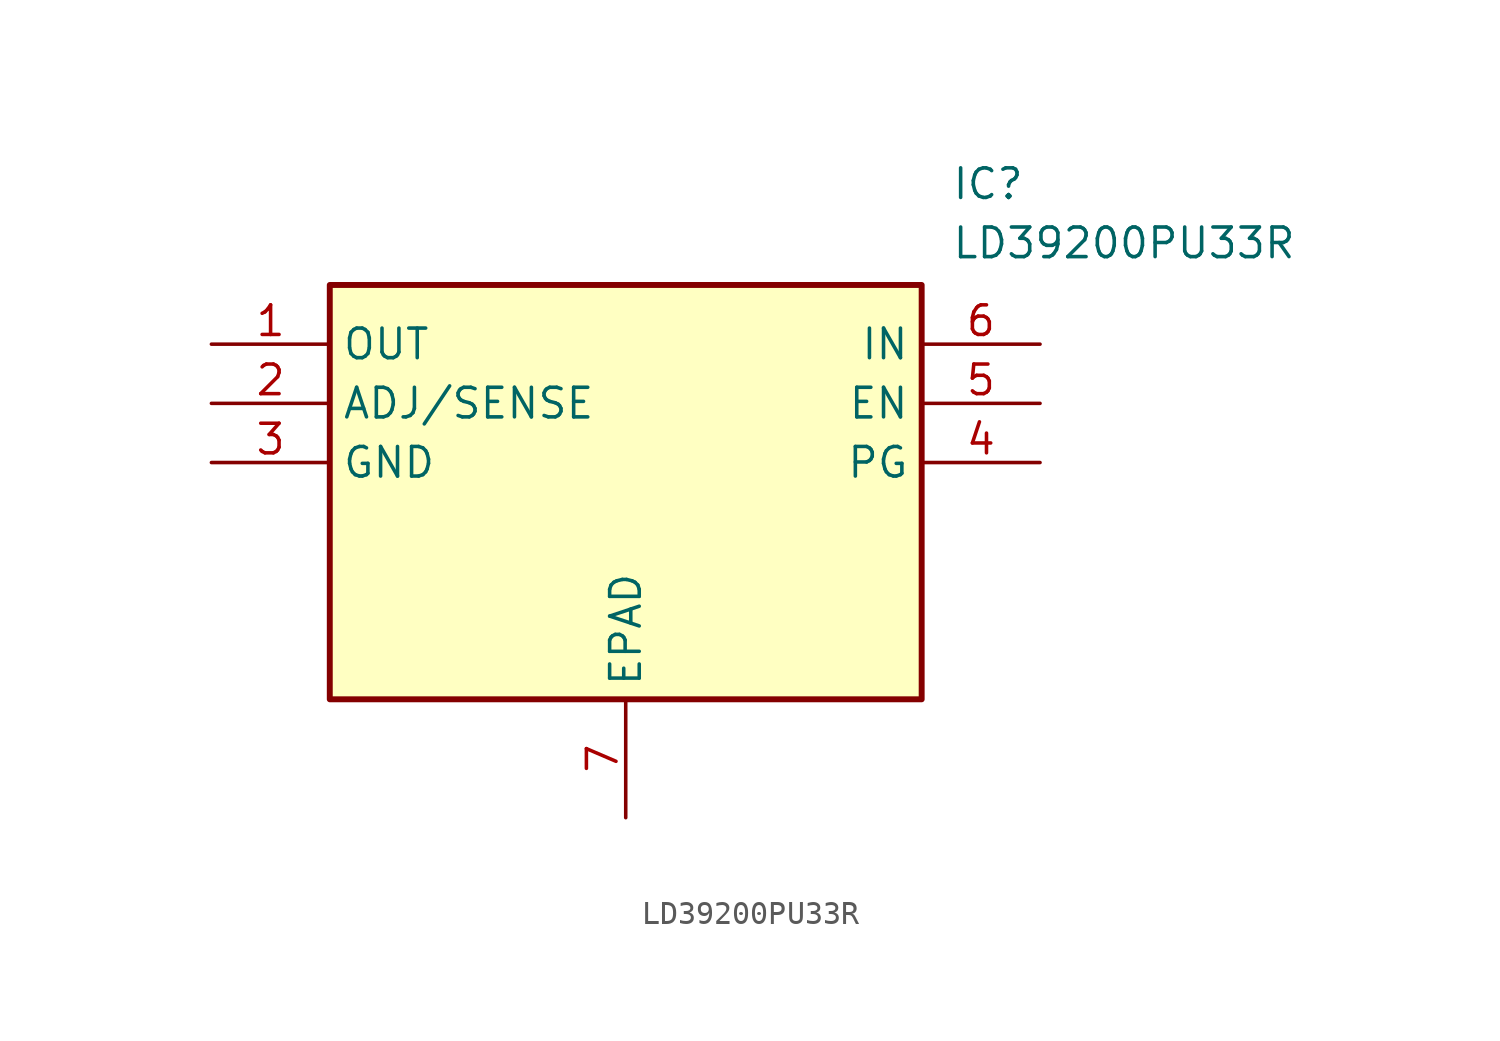
<source format=kicad_sym>
(kicad_symbol_lib
  (version 20231120)
  (generator "kicad_symbol_editor")
  (generator_version "8.0")
  (symbol "LD39200PU33R"
    (property "Reference" "IC"
      (at 31.75 7.62 0)
      (effects (font (size 1.27 1.27)) (justify left top)))
    (property "Value" "LD39200PU33R"
      (at 31.75 5.08 0)
      (effects (font (size 1.27 1.27)) (justify left top)))
    (symbol "LD39200PU33R_1_1"
      (rectangle (start 5.08 2.54) (end 30.48 -15.24) (stroke (width 0.254) (type default)) (fill (type background)))
      (pin passive line (at 0 0 0) (length 5.08) (name "OUT" (effects (font (size 1.27 1.27)))) (number "1" (effects (font (size 1.27 1.27)))))
      (pin passive line (at 0 -2.54 0) (length 5.08) (name "ADJ/SENSE" (effects (font (size 1.27 1.27)))) (number "2" (effects (font (size 1.27 1.27)))))
      (pin passive line (at 0 -5.08 0) (length 5.08) (name "GND" (effects (font (size 1.27 1.27)))) (number "3" (effects (font (size 1.27 1.27)))))
      (pin passive line (at 35.56 -5.08 180) (length 5.08) (name "PG" (effects (font (size 1.27 1.27)))) (number "4" (effects (font (size 1.27 1.27)))))
      (pin passive line (at 35.56 -2.54 180) (length 5.08) (name "EN" (effects (font (size 1.27 1.27)))) (number "5" (effects (font (size 1.27 1.27)))))
      (pin passive line (at 35.56 0 180) (length 5.08) (name "IN" (effects (font (size 1.27 1.27)))) (number "6" (effects (font (size 1.27 1.27)))))
      (pin passive line (at 17.78 -20.32 90) (length 5.08) (name "EPAD" (effects (font (size 1.27 1.27)))) (number "7" (effects (font (size 1.27 1.27))))))))
</source>
